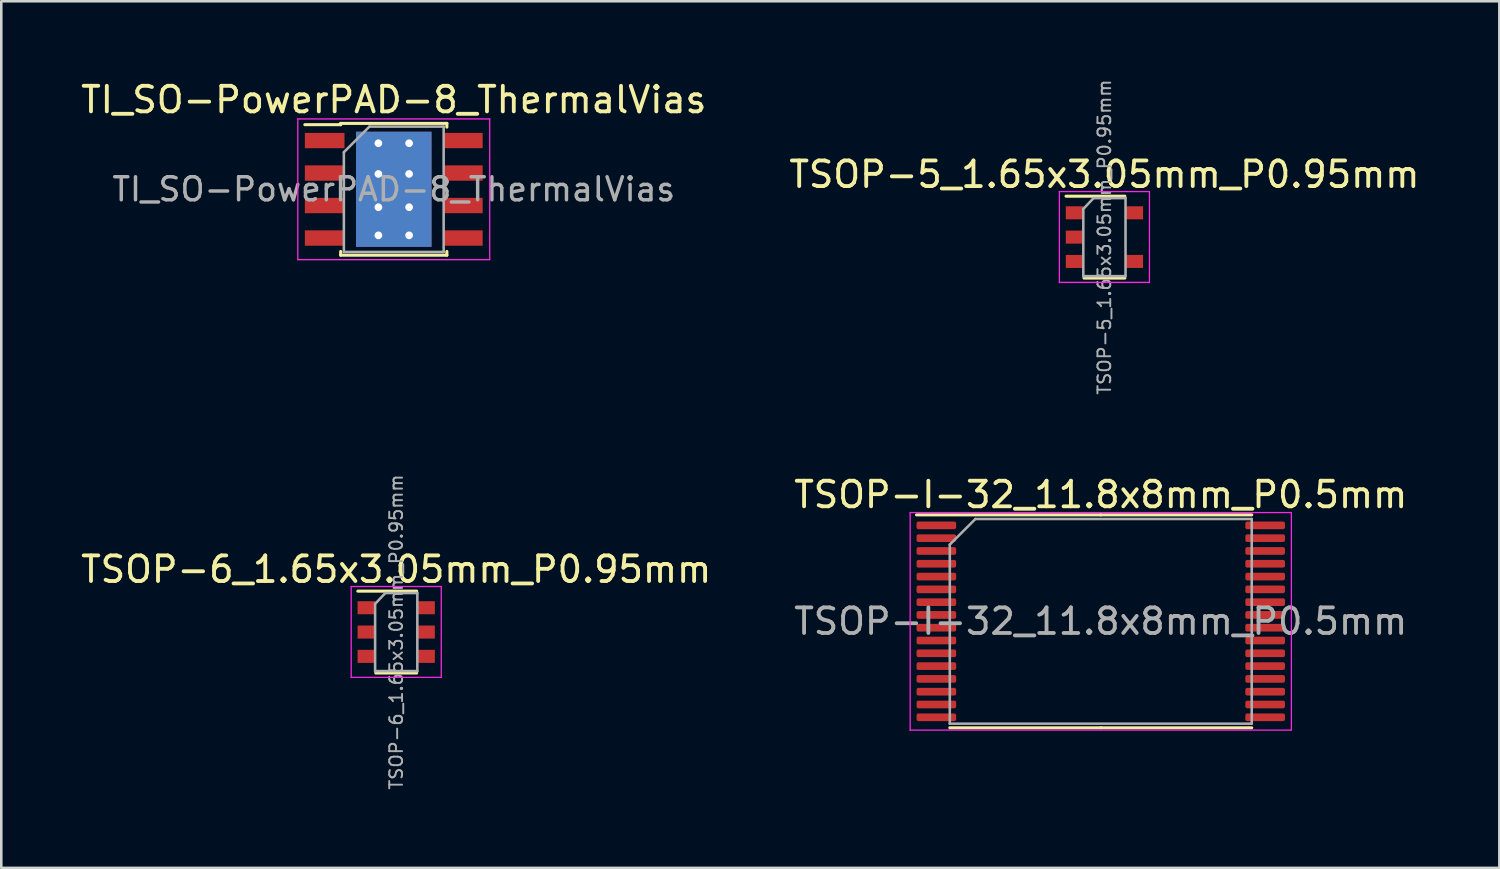
<source format=kicad_pcb>
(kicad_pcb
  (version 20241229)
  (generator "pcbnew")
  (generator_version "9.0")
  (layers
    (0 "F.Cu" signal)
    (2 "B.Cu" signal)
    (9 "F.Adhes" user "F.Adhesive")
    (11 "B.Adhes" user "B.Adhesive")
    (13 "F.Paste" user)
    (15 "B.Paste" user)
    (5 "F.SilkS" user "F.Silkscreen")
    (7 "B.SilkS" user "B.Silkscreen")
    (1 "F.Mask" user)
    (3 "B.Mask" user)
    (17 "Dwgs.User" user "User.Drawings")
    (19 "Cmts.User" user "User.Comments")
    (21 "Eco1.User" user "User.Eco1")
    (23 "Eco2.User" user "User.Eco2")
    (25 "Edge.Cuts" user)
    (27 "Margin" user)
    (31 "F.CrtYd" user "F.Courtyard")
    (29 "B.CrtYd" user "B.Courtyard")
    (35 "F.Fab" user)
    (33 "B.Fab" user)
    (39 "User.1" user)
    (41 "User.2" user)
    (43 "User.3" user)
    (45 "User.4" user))
  (footprint "TSOP-6_1.65x3.05mm_P0.95mm"
    (layer "F.Cu")
    (at 12.435 21.652)
    (property "Reference" "TSOP-6_1.65x3.05mm_P0.95mm" (at 0 -2.45 0) (layer "F.SilkS") (effects (font (size 1 1) (thickness 0.15))))
    (attr smd)
    (fp_line (start -0.8 1.6) (end 0.8 1.6) (stroke (width 0.12) (type solid)) (layer "F.SilkS"))
    (fp_line (start 0.8 -1.6) (end -1.5 -1.6) (stroke (width 0.12) (type solid)) (layer "F.SilkS"))
    (fp_line (start -1.76 -1.78) (end -1.76 1.77) (stroke (width 0.05) (type solid)) (layer "F.CrtYd"))
    (fp_line (start -1.76 -1.78) (end 1.76 -1.78) (stroke (width 0.05) (type solid)) (layer "F.CrtYd"))
    (fp_line (start 1.76 1.77) (end -1.76 1.77) (stroke (width 0.05) (type solid)) (layer "F.CrtYd"))
    (fp_line (start 1.76 1.77) (end 1.76 -1.78) (stroke (width 0.05) (type solid)) (layer "F.CrtYd"))
    (fp_line (start -0.825 -1.1) (end -0.825 1.525) (stroke (width 0.1) (type solid)) (layer "F.Fab"))
    (fp_line (start -0.825 -1.1) (end -0.425 -1.525) (stroke (width 0.1) (type solid)) (layer "F.Fab"))
    (fp_line (start 0.825 -1.525) (end -0.425 -1.525) (stroke (width 0.1) (type solid)) (layer "F.Fab"))
    (fp_line (start 0.825 -1.525) (end 0.825 1.525) (stroke (width 0.1) (type solid)) (layer "F.Fab"))
    (fp_line (start 0.825 1.525) (end -0.825 1.525) (stroke (width 0.1) (type solid)) (layer "F.Fab"))
    (fp_text user "${REFERENCE}" (at 0 0 90) (layer "F.Fab") (effects (font (size 0.5 0.5) (thickness 0.075))))
    (pad "1" smd rect (at -1.16 -0.95) (size 0.7 0.51) (layers "F.Cu" "F.Mask" "F.Paste"))
    (pad "2" smd rect (at -1.16 0) (size 0.7 0.51) (layers "F.Cu" "F.Mask" "F.Paste"))
    (pad "3" smd rect (at -1.16 0.95) (size 0.7 0.51) (layers "F.Cu" "F.Mask" "F.Paste"))
    (pad "4" smd rect (at 1.16 0.95) (size 0.7 0.51) (layers "F.Cu" "F.Mask" "F.Paste"))
    (pad "5" smd rect (at 1.16 0) (size 0.7 0.51) (layers "F.Cu" "F.Mask" "F.Paste"))
    (pad "6" smd rect (at 1.16 -0.95) (size 0.7 0.51) (layers "F.Cu" "F.Mask" "F.Paste")))
  (footprint "TI_SO-PowerPAD-8_ThermalVias"
    (layer "F.Cu")
    (at 12.339 4.348)
    (property "Reference" "TI_SO-PowerPAD-8_ThermalVias" (at 0 -3.5 0) (layer "F.SilkS") (effects (font (size 1 1) (thickness 0.15))))
    (attr smd)
    (fp_line (start -2.075 -2.575) (end -2.075 -2.525) (stroke (width 0.12) (type solid)) (layer "F.SilkS"))
    (fp_line (start -2.075 -2.575) (end 2.075 -2.575) (stroke (width 0.12) (type solid)) (layer "F.SilkS"))
    (fp_line (start -2.075 -2.525) (end -3.475 -2.525) (stroke (width 0.12) (type solid)) (layer "F.SilkS"))
    (fp_line (start -2.075 2.575) (end -2.075 2.43) (stroke (width 0.12) (type solid)) (layer "F.SilkS"))
    (fp_line (start -2.075 2.575) (end 2.075 2.575) (stroke (width 0.12) (type solid)) (layer "F.SilkS"))
    (fp_line (start 2.075 -2.575) (end 2.075 -2.43) (stroke (width 0.12) (type solid)) (layer "F.SilkS"))
    (fp_line (start 2.075 2.575) (end 2.075 2.43) (stroke (width 0.12) (type solid)) (layer "F.SilkS"))
    (fp_line (start -3.75 -2.75) (end -3.75 2.75) (stroke (width 0.05) (type solid)) (layer "F.CrtYd"))
    (fp_line (start -3.75 -2.75) (end 3.75 -2.75) (stroke (width 0.05) (type solid)) (layer "F.CrtYd"))
    (fp_line (start -3.75 2.75) (end 3.75 2.75) (stroke (width 0.05) (type solid)) (layer "F.CrtYd"))
    (fp_line (start 3.75 -2.75) (end 3.75 2.75) (stroke (width 0.05) (type solid)) (layer "F.CrtYd"))
    (fp_line (start -1.95 -1.45) (end -0.95 -2.45) (stroke (width 0.1) (type solid)) (layer "F.Fab"))
    (fp_line (start -1.95 2.45) (end -1.95 -1.45) (stroke (width 0.1) (type solid)) (layer "F.Fab"))
    (fp_line (start -0.95 -2.45) (end 1.95 -2.45) (stroke (width 0.1) (type solid)) (layer "F.Fab"))
    (fp_line (start 1.95 -2.45) (end 1.95 2.45) (stroke (width 0.1) (type solid)) (layer "F.Fab"))
    (fp_line (start 1.95 2.45) (end -1.95 2.45) (stroke (width 0.1) (type solid)) (layer "F.Fab"))
    (fp_text user "${REFERENCE}" (at 0 0 0) (layer "F.Fab") (effects (font (size 0.9 0.9) (thickness 0.135))))
    (pad "" smd rect (at 0 0) (size 2.6 3.1) (layers "F.Mask" "F.Paste"))
    (pad "1" smd rect (at -2.7 -1.905) (size 1.55 0.6) (layers "F.Cu" "F.Mask" "F.Paste"))
    (pad "2" smd rect (at -2.7 -0.635) (size 1.55 0.6) (layers "F.Cu" "F.Mask" "F.Paste"))
    (pad "3" smd rect (at -2.7 0.635) (size 1.55 0.6) (layers "F.Cu" "F.Mask" "F.Paste"))
    (pad "4" smd rect (at -2.7 1.905) (size 1.55 0.6) (layers "F.Cu" "F.Mask" "F.Paste"))
    (pad "5" smd rect (at 2.7 1.905) (size 1.55 0.6) (layers "F.Cu" "F.Mask" "F.Paste"))
    (pad "6" smd rect (at 2.7 0.635) (size 1.55 0.6) (layers "F.Cu" "F.Mask" "F.Paste"))
    (pad "7" smd rect (at 2.7 -0.635) (size 1.55 0.6) (layers "F.Cu" "F.Mask" "F.Paste"))
    (pad "8" smd rect (at 2.7 -1.905) (size 1.55 0.6) (layers "F.Cu" "F.Mask" "F.Paste"))
    (pad "9" thru_hole circle (at -0.6 -1.8) (size 0.6 0.6) (drill 0.3) (layers "*.Cu"))
    (pad "9" thru_hole circle (at -0.6 -0.6) (size 0.6 0.6) (drill 0.3) (layers "*.Cu"))
    (pad "9" thru_hole circle (at -0.6 0.7) (size 0.6 0.6) (drill 0.3) (layers "*.Cu"))
    (pad "9" thru_hole circle (at -0.6 1.8) (size 0.6 0.6) (drill 0.3) (layers "*.Cu"))
    (pad "9" smd rect (at 0 0) (size 2.95 4.5) (layers "F.Cu"))
    (pad "9" smd rect (at 0 0) (size 2.95 4.5) (layers "B.Cu"))
    (pad "9" thru_hole circle (at 0.6 -1.8) (size 0.6 0.6) (drill 0.3) (layers "*.Cu"))
    (pad "9" thru_hole circle (at 0.6 -0.6) (size 0.6 0.6) (drill 0.3) (layers "*.Cu"))
    (pad "9" thru_hole circle (at 0.6 0.7) (size 0.6 0.6) (drill 0.3) (layers "*.Cu"))
    (pad "9" thru_hole circle (at 0.6 1.8) (size 0.6 0.6) (drill 0.3) (layers "*.Cu")))
  (footprint "TSOP-5_1.65x3.05mm_P0.95mm"
    (layer "F.Cu")
    (at 40.113 6.217)
    (property "Reference" "TSOP-5_1.65x3.05mm_P0.95mm" (at 0 -2.45 0) (layer "F.SilkS") (effects (font (size 1 1) (thickness 0.15))))
    (attr smd)
    (fp_line (start -0.8 1.6) (end 0.8 1.6) (stroke (width 0.12) (type solid)) (layer "F.SilkS"))
    (fp_line (start 0.8 -1.6) (end -1.5 -1.6) (stroke (width 0.12) (type solid)) (layer "F.SilkS"))
    (fp_line (start -1.76 -1.78) (end -1.76 1.77) (stroke (width 0.05) (type solid)) (layer "F.CrtYd"))
    (fp_line (start -1.76 -1.78) (end 1.76 -1.78) (stroke (width 0.05) (type solid)) (layer "F.CrtYd"))
    (fp_line (start 1.76 1.77) (end -1.76 1.77) (stroke (width 0.05) (type solid)) (layer "F.CrtYd"))
    (fp_line (start 1.76 1.77) (end 1.76 -1.78) (stroke (width 0.05) (type solid)) (layer "F.CrtYd"))
    (fp_line (start -0.825 -1.1) (end -0.825 1.525) (stroke (width 0.1) (type solid)) (layer "F.Fab"))
    (fp_line (start -0.825 -1.1) (end -0.425 -1.525) (stroke (width 0.1) (type solid)) (layer "F.Fab"))
    (fp_line (start 0.825 -1.525) (end -0.425 -1.525) (stroke (width 0.1) (type solid)) (layer "F.Fab"))
    (fp_line (start 0.825 -1.525) (end 0.825 1.525) (stroke (width 0.1) (type solid)) (layer "F.Fab"))
    (fp_line (start 0.825 1.525) (end -0.825 1.525) (stroke (width 0.1) (type solid)) (layer "F.Fab"))
    (fp_text user "${REFERENCE}" (at 0 0 90) (layer "F.Fab") (effects (font (size 0.5 0.5) (thickness 0.075))))
    (pad "1" smd rect (at -1.16 -0.95) (size 0.7 0.51) (layers "F.Cu" "F.Mask" "F.Paste"))
    (pad "2" smd rect (at -1.16 0) (size 0.7 0.51) (layers "F.Cu" "F.Mask" "F.Paste"))
    (pad "3" smd rect (at -1.16 0.95) (size 0.7 0.51) (layers "F.Cu" "F.Mask" "F.Paste"))
    (pad "4" smd rect (at 1.16 0.95) (size 0.7 0.51) (layers "F.Cu" "F.Mask" "F.Paste"))
    (pad "6" smd rect (at 1.16 -0.95) (size 0.7 0.51) (layers "F.Cu" "F.Mask" "F.Paste")))
  (footprint "TSOP-I-32_11.8x8mm_P0.5mm"
    (layer "F.Cu")
    (at 39.97 21.233)
    (property "Reference" "TSOP-I-32_11.8x8mm_P0.5mm" (at 0 -4.95 0) (layer "F.SilkS") (effects (font (size 1 1) (thickness 0.15))))
    (attr smd)
    (fp_line (start 0 -4.16) (end -7.2 -4.16) (stroke (width 0.12) (type solid)) (layer "F.SilkS"))
    (fp_line (start 0 -4.16) (end 5.9 -4.16) (stroke (width 0.12) (type solid)) (layer "F.SilkS"))
    (fp_line (start 0 4.16) (end -5.9 4.16) (stroke (width 0.12) (type solid)) (layer "F.SilkS"))
    (fp_line (start 0 4.16) (end 5.9 4.16) (stroke (width 0.12) (type solid)) (layer "F.SilkS"))
    (fp_line (start -7.45 -4.25) (end -7.45 4.25) (stroke (width 0.05) (type solid)) (layer "F.CrtYd"))
    (fp_line (start -7.45 4.25) (end 7.45 4.25) (stroke (width 0.05) (type solid)) (layer "F.CrtYd"))
    (fp_line (start 7.45 -4.25) (end -7.45 -4.25) (stroke (width 0.05) (type solid)) (layer "F.CrtYd"))
    (fp_line (start 7.45 4.25) (end 7.45 -4.25) (stroke (width 0.05) (type solid)) (layer "F.CrtYd"))
    (fp_line (start -5.9 -3) (end -4.9 -4) (stroke (width 0.1) (type solid)) (layer "F.Fab"))
    (fp_line (start -5.9 4) (end -5.9 -3) (stroke (width 0.1) (type solid)) (layer "F.Fab"))
    (fp_line (start -4.9 -4) (end 5.9 -4) (stroke (width 0.1) (type solid)) (layer "F.Fab"))
    (fp_line (start 5.9 -4) (end 5.9 4) (stroke (width 0.1) (type solid)) (layer "F.Fab"))
    (fp_line (start 5.9 4) (end -5.9 4) (stroke (width 0.1) (type solid)) (layer "F.Fab"))
    (fp_text user "${REFERENCE}" (at 0 0 0) (layer "F.Fab") (effects (font (size 1 1) (thickness 0.15))))
    (pad "1" smd roundrect (at -6.425 -3.75) (size 1.55 0.3) (layers "F.Cu" "F.Mask" "F.Paste") (roundrect_rratio 0.25))
    (pad "2" smd roundrect (at -6.425 -3.25) (size 1.55 0.3) (layers "F.Cu" "F.Mask" "F.Paste") (roundrect_rratio 0.25))
    (pad "3" smd roundrect (at -6.425 -2.75) (size 1.55 0.3) (layers "F.Cu" "F.Mask" "F.Paste") (roundrect_rratio 0.25))
    (pad "4" smd roundrect (at -6.425 -2.25) (size 1.55 0.3) (layers "F.Cu" "F.Mask" "F.Paste") (roundrect_rratio 0.25))
    (pad "5" smd roundrect (at -6.425 -1.75) (size 1.55 0.3) (layers "F.Cu" "F.Mask" "F.Paste") (roundrect_rratio 0.25))
    (pad "6" smd roundrect (at -6.425 -1.25) (size 1.55 0.3) (layers "F.Cu" "F.Mask" "F.Paste") (roundrect_rratio 0.25))
    (pad "7" smd roundrect (at -6.425 -0.75) (size 1.55 0.3) (layers "F.Cu" "F.Mask" "F.Paste") (roundrect_rratio 0.25))
    (pad "8" smd roundrect (at -6.425 -0.25) (size 1.55 0.3) (layers "F.Cu" "F.Mask" "F.Paste") (roundrect_rratio 0.25))
    (pad "9" smd roundrect (at -6.425 0.25) (size 1.55 0.3) (layers "F.Cu" "F.Mask" "F.Paste") (roundrect_rratio 0.25))
    (pad "10" smd roundrect (at -6.425 0.75) (size 1.55 0.3) (layers "F.Cu" "F.Mask" "F.Paste") (roundrect_rratio 0.25))
    (pad "11" smd roundrect (at -6.425 1.25) (size 1.55 0.3) (layers "F.Cu" "F.Mask" "F.Paste") (roundrect_rratio 0.25))
    (pad "12" smd roundrect (at -6.425 1.75) (size 1.55 0.3) (layers "F.Cu" "F.Mask" "F.Paste") (roundrect_rratio 0.25))
    (pad "13" smd roundrect (at -6.425 2.25) (size 1.55 0.3) (layers "F.Cu" "F.Mask" "F.Paste") (roundrect_rratio 0.25))
    (pad "14" smd roundrect (at -6.425 2.75) (size 1.55 0.3) (layers "F.Cu" "F.Mask" "F.Paste") (roundrect_rratio 0.25))
    (pad "15" smd roundrect (at -6.425 3.25) (size 1.55 0.3) (layers "F.Cu" "F.Mask" "F.Paste") (roundrect_rratio 0.25))
    (pad "16" smd roundrect (at -6.425 3.75) (size 1.55 0.3) (layers "F.Cu" "F.Mask" "F.Paste") (roundrect_rratio 0.25))
    (pad "17" smd roundrect (at 6.425 3.75) (size 1.55 0.3) (layers "F.Cu" "F.Mask" "F.Paste") (roundrect_rratio 0.25))
    (pad "18" smd roundrect (at 6.425 3.25) (size 1.55 0.3) (layers "F.Cu" "F.Mask" "F.Paste") (roundrect_rratio 0.25))
    (pad "19" smd roundrect (at 6.425 2.75) (size 1.55 0.3) (layers "F.Cu" "F.Mask" "F.Paste") (roundrect_rratio 0.25))
    (pad "20" smd roundrect (at 6.425 2.25) (size 1.55 0.3) (layers "F.Cu" "F.Mask" "F.Paste") (roundrect_rratio 0.25))
    (pad "21" smd roundrect (at 6.425 1.75) (size 1.55 0.3) (layers "F.Cu" "F.Mask" "F.Paste") (roundrect_rratio 0.25))
    (pad "22" smd roundrect (at 6.425 1.25) (size 1.55 0.3) (layers "F.Cu" "F.Mask" "F.Paste") (roundrect_rratio 0.25))
    (pad "23" smd roundrect (at 6.425 0.75) (size 1.55 0.3) (layers "F.Cu" "F.Mask" "F.Paste") (roundrect_rratio 0.25))
    (pad "24" smd roundrect (at 6.425 0.25) (size 1.55 0.3) (layers "F.Cu" "F.Mask" "F.Paste") (roundrect_rratio 0.25))
    (pad "25" smd roundrect (at 6.425 -0.25) (size 1.55 0.3) (layers "F.Cu" "F.Mask" "F.Paste") (roundrect_rratio 0.25))
    (pad "26" smd roundrect (at 6.425 -0.75) (size 1.55 0.3) (layers "F.Cu" "F.Mask" "F.Paste") (roundrect_rratio 0.25))
    (pad "27" smd roundrect (at 6.425 -1.25) (size 1.55 0.3) (layers "F.Cu" "F.Mask" "F.Paste") (roundrect_rratio 0.25))
    (pad "28" smd roundrect (at 6.425 -1.75) (size 1.55 0.3) (layers "F.Cu" "F.Mask" "F.Paste") (roundrect_rratio 0.25))
    (pad "29" smd roundrect (at 6.425 -2.25) (size 1.55 0.3) (layers "F.Cu" "F.Mask" "F.Paste") (roundrect_rratio 0.25))
    (pad "30" smd roundrect (at 6.425 -2.75) (size 1.55 0.3) (layers "F.Cu" "F.Mask" "F.Paste") (roundrect_rratio 0.25))
    (pad "31" smd roundrect (at 6.425 -3.25) (size 1.55 0.3) (layers "F.Cu" "F.Mask" "F.Paste") (roundrect_rratio 0.25))
    (pad "32" smd roundrect (at 6.425 -3.75) (size 1.55 0.3) (layers "F.Cu" "F.Mask" "F.Paste") (roundrect_rratio 0.25)))
  (gr_rect
    (start -3 -3)
    (end 55.548 30.869)
    (stroke (width 0.1) (type default))
    (fill no)
    (layer "Edge.Cuts")))
</source>
